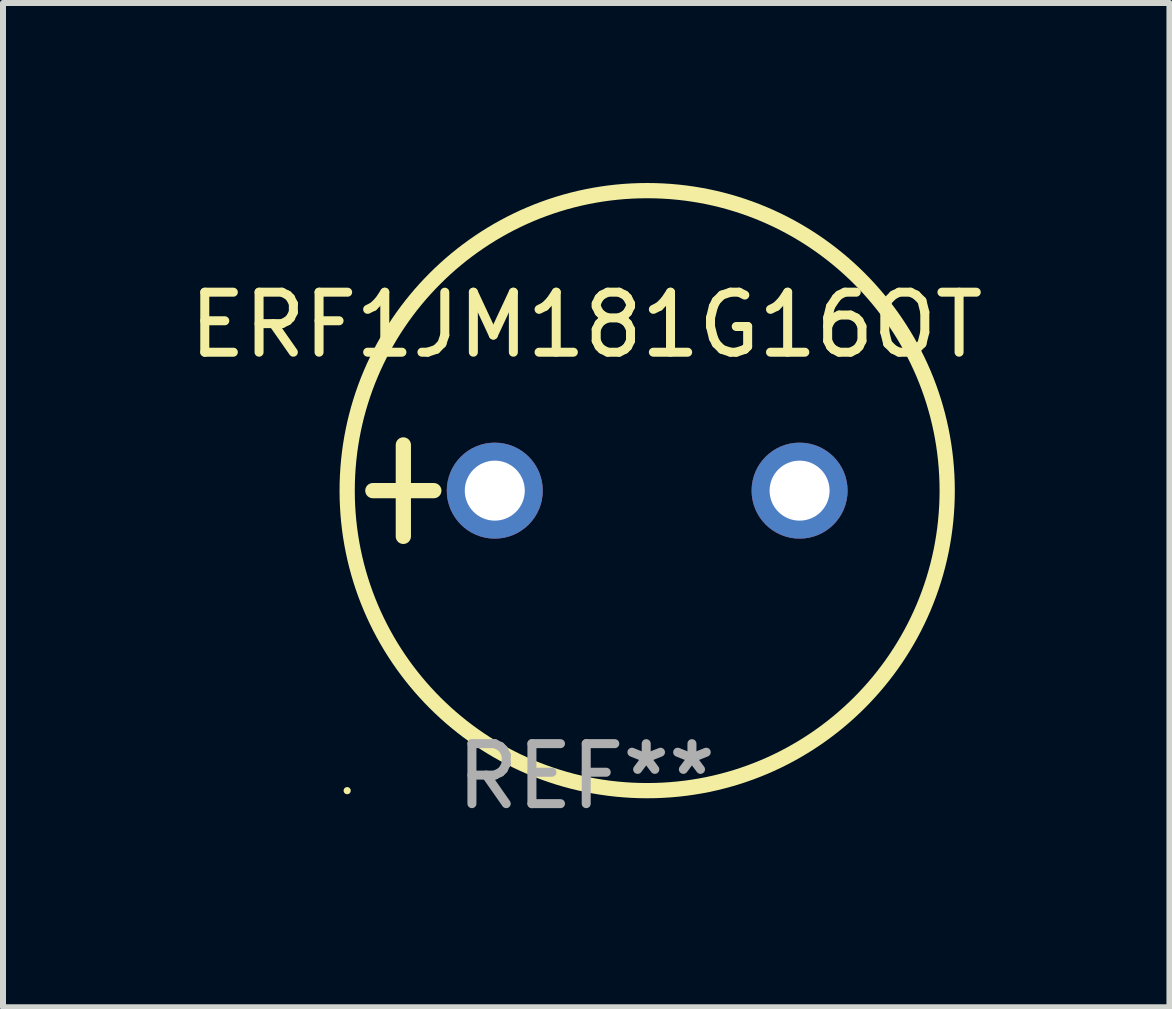
<source format=kicad_pcb>
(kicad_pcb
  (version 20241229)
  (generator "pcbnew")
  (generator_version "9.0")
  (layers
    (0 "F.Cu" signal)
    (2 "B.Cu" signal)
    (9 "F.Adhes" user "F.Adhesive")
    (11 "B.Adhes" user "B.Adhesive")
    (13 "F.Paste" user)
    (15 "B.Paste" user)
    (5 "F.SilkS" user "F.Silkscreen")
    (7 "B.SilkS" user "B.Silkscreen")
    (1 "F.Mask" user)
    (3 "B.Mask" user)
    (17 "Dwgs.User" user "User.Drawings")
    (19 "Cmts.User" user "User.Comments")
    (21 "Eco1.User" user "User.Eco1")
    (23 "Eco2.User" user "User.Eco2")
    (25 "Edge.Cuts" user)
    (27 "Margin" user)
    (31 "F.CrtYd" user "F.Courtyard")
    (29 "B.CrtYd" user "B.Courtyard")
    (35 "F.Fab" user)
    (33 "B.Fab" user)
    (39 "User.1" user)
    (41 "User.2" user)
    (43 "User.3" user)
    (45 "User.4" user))
  (footprint "ERF1JM181G16OT"
    (layer "F.Cu")
    (at 6.72 5.127)
    (property "Reference" "ERF1JM181G16OT" (at 0 -2.762 0) (layer "F.SilkS") (effects (font (size 1 1) (thickness 0.15))))
    (attr through_hole)
    (fp_line (start -3.556 0) (end -2.54 0) (stroke (width 0.254) (type solid)) (layer "F.SilkS"))
    (fp_line (start -3.048 -0.762) (end -3.048 0.762) (stroke (width 0.254) (type solid)) (layer "F.SilkS"))
    (fp_circle (center -3.984 5) (end -3.954 5) (stroke (width 0.06) (type solid)) (fill no) (layer "F.SilkS"))
    (fp_circle (center 1.016 0) (end 6.016 0) (stroke (width 0.254) (type solid)) (fill no) (layer "F.SilkS"))
    (fp_text user "REF**" (at 0 4.762 0) (layer "F.Fab") (effects (font (size 1 1) (thickness 0.15))))
    (pad "1" thru_hole circle (at -1.524 0) (size 1.6 1.6) (drill 1) (layers "*.Cu" "*.Mask"))
    (pad "2" thru_hole circle (at 3.556 0) (size 1.6 1.6) (drill 1) (layers "*.Cu" "*.Mask")))
  (gr_rect
    (start -3 -3)
    (end 16.44 13.737)
    (stroke (width 0.1) (type default))
    (fill no)
    (layer "Edge.Cuts")))
</source>
